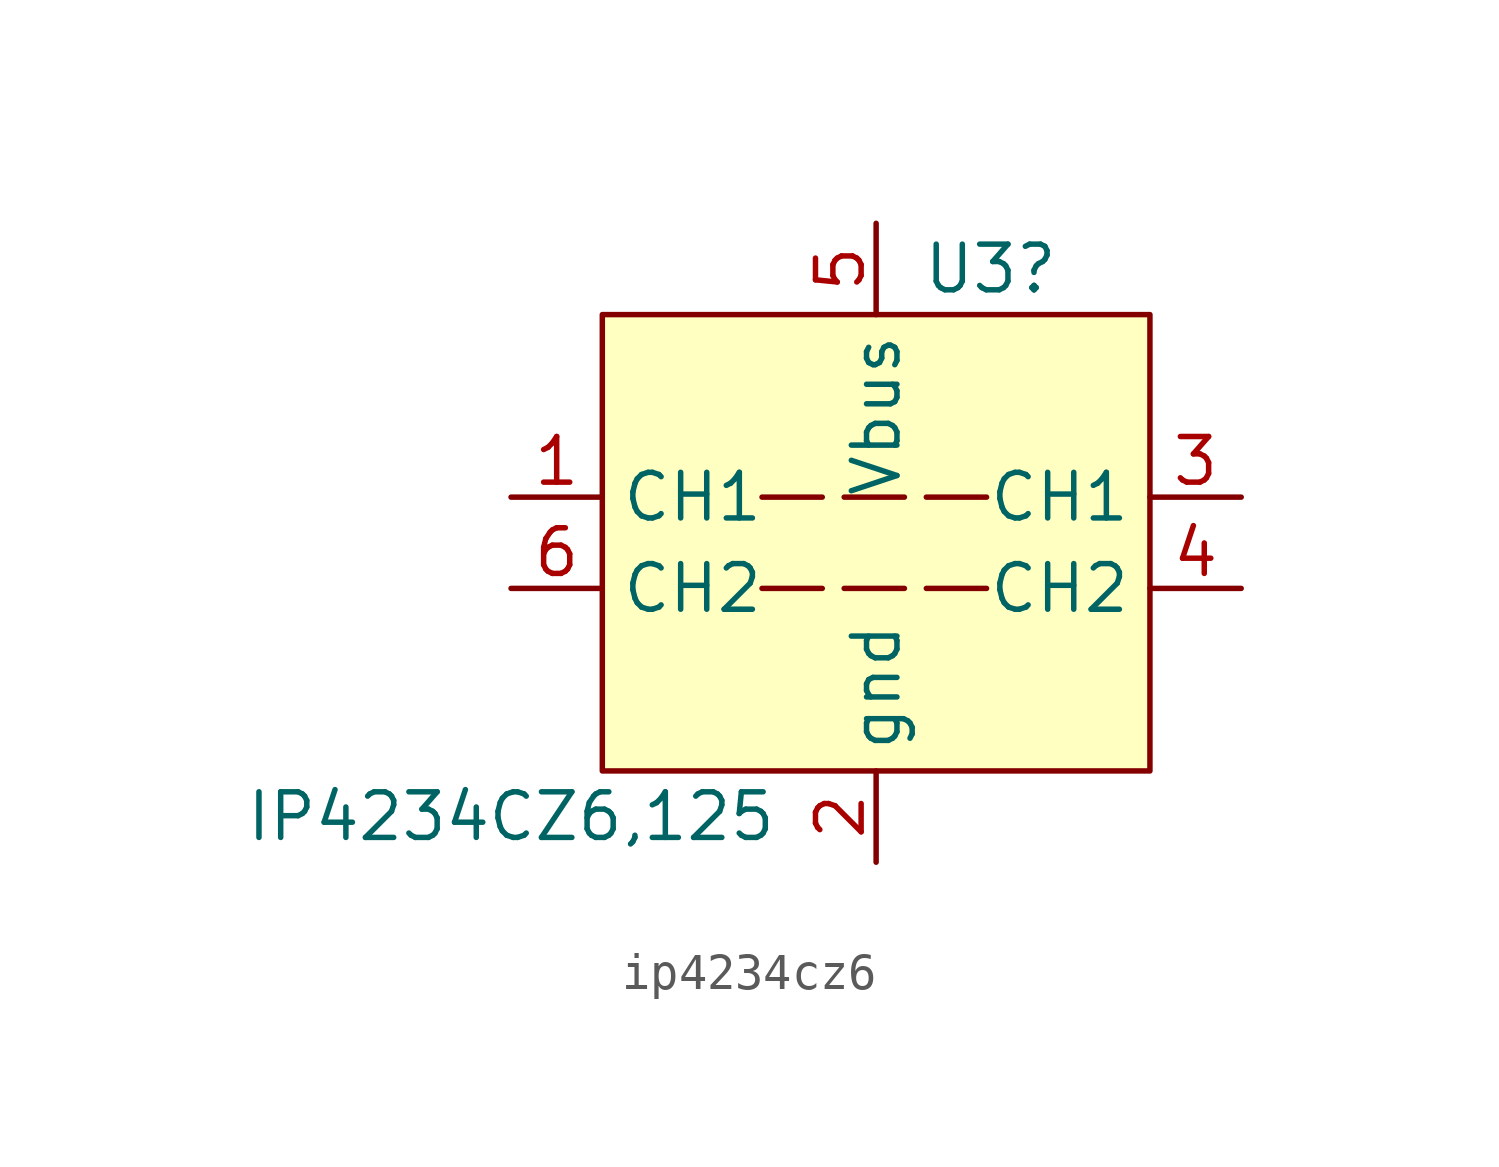
<source format=kicad_sym>
(kicad_symbol_lib
  (version 20220914)
  (generator kicad_symbol_editor)
  (symbol "ip4234cz6"
    (property "Reference" "U3"
      (at 1.27 7.62 0)
      (effects (font (size 1.27 1.27)) (justify left)))
    (property "Value" "IP4234CZ6,125"
      (at -10.16 -7.62 0)
      (effects (font (size 1.27 1.27))))
    (symbol "ip4234cz6_1_1"
      (rectangle (start -7.62 6.35) (end 7.62 -6.35) (stroke (width 0) (type default)) (fill (type background)))
      (polyline (pts (xy -3.175 -1.27) (xy 3.175 -1.27)) (stroke (width 0) (type dash)) (fill (type none)))
      (polyline (pts (xy -3.175 1.27) (xy 3.175 1.27)) (stroke (width 0) (type dash)) (fill (type none)))
      (pin bidirectional line (at -10.16 1.27 0) (length 2.54) (name "CH1" (effects (font (size 1.27 1.27)))) (number "1" (effects (font (size 1.27 1.27)))))
      (pin input line (at 0 -8.89 90) (length 2.54) (name "gnd" (effects (font (size 1.27 1.27)))) (number "2" (effects (font (size 1.27 1.27)))))
      (pin bidirectional line (at 10.16 1.27 180) (length 2.54) (name "CH1" (effects (font (size 1.27 1.27)))) (number "3" (effects (font (size 1.27 1.27)))))
      (pin bidirectional line (at 10.16 -1.27 180) (length 2.54) (name "CH2" (effects (font (size 1.27 1.27)))) (number "4" (effects (font (size 1.27 1.27)))))
      (pin input line (at 0 8.89 270) (length 2.54) (name "Vbus" (effects (font (size 1.27 1.27)))) (number "5" (effects (font (size 1.27 1.27)))))
      (pin bidirectional line (at -10.16 -1.27 0) (length 2.54) (name "CH2" (effects (font (size 1.27 1.27)))) (number "6" (effects (font (size 1.27 1.27))))))))
</source>
